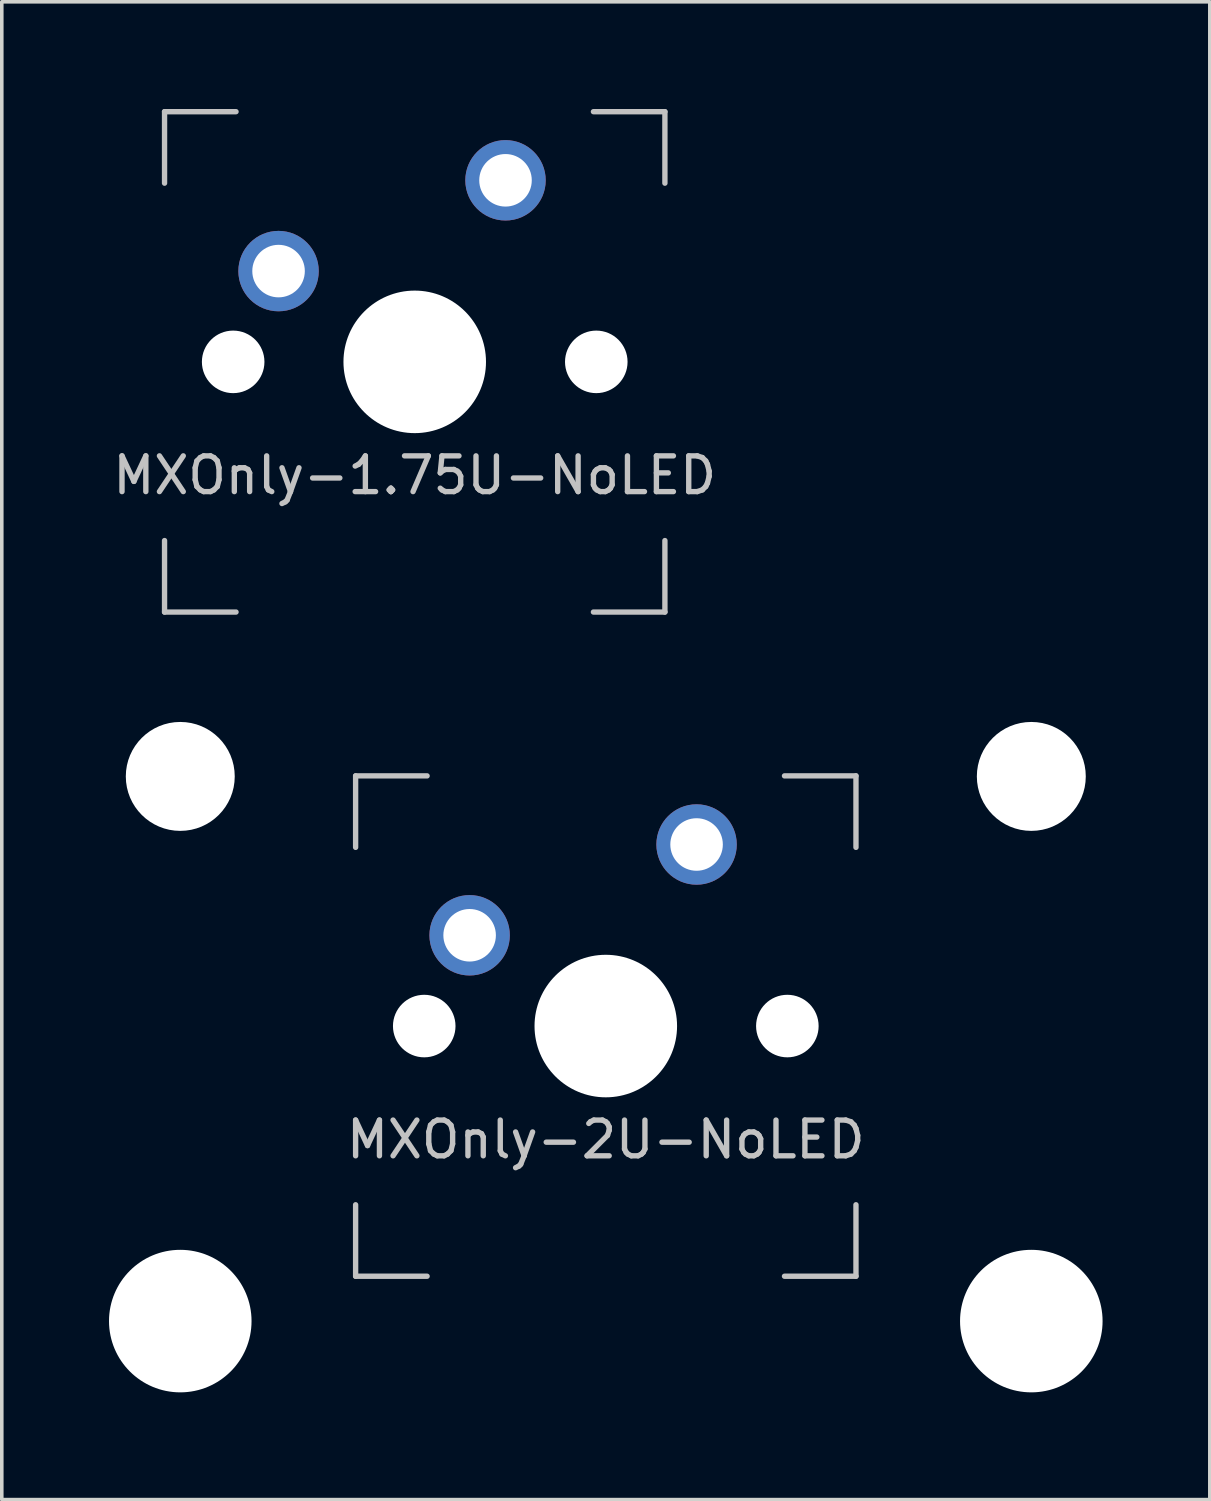
<source format=kicad_pcb>
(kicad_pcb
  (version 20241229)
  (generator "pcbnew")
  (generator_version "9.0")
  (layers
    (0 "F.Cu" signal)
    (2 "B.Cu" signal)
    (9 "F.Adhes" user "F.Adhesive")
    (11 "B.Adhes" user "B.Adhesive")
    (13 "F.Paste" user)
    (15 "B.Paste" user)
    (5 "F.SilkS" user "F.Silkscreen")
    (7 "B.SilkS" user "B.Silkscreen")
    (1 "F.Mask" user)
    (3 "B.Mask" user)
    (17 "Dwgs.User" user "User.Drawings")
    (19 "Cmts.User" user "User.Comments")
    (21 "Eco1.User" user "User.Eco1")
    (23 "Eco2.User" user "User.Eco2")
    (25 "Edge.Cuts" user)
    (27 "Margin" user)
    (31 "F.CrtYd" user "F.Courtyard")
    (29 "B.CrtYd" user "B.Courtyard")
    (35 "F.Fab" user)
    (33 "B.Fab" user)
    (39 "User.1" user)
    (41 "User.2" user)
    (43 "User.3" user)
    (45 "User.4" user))
  (footprint "MXOnly-1.75U-NoLED"
    (layer "F.Cu")
    (at 8.554 7.075)
    (property "Reference" "MXOnly-1.75U-NoLED" (at 0 3.175 0) (layer "Dwgs.User") (effects (font (size 1 1) (thickness 0.15))))
    (attr through_hole)
    (fp_line (start -7 -7) (end -7 -5) (stroke (width 0.15) (type solid)) (layer "Dwgs.User"))
    (fp_line (start -7 5) (end -7 7) (stroke (width 0.15) (type solid)) (layer "Dwgs.User"))
    (fp_line (start -7 7) (end -5 7) (stroke (width 0.15) (type solid)) (layer "Dwgs.User"))
    (fp_line (start -5 -7) (end -7 -7) (stroke (width 0.15) (type solid)) (layer "Dwgs.User"))
    (fp_line (start 5 -7) (end 7 -7) (stroke (width 0.15) (type solid)) (layer "Dwgs.User"))
    (fp_line (start 5 7) (end 7 7) (stroke (width 0.15) (type solid)) (layer "Dwgs.User"))
    (fp_line (start 7 -7) (end 7 -5) (stroke (width 0.15) (type solid)) (layer "Dwgs.User"))
    (fp_line (start 7 7) (end 7 5) (stroke (width 0.15) (type solid)) (layer "Dwgs.User"))
    (pad "" np_thru_hole circle (at -5.08 0 48.1) (size 1.75 1.75) (drill 1.75) (layers "*.Cu" "*.Mask"))
    (pad "" np_thru_hole circle (at 0 0) (size 3.988 3.988) (drill 3.988) (layers "*.Cu" "*.Mask"))
    (pad "" np_thru_hole circle (at 5.08 0 48.1) (size 1.75 1.75) (drill 1.75) (layers "*.Cu" "*.Mask"))
    (pad "1" thru_hole circle (at -3.81 -2.54) (size 2.25 2.25) (drill 1.47) (layers "*.Cu" "B.Mask"))
    (pad "2" thru_hole circle (at 2.54 -5.08) (size 2.25 2.25) (drill 1.47) (layers "*.Cu" "B.Mask")))
  (footprint "MXOnly-2U-NoLED"
    (layer "F.Cu")
    (at 13.9 25.659)
    (property "Reference" "MXOnly-2U-NoLED" (at 0 3.175 0) (layer "Dwgs.User") (effects (font (size 1 1) (thickness 0.15))))
    (attr through_hole)
    (fp_line (start -7 -7) (end -7 -5) (stroke (width 0.15) (type solid)) (layer "Dwgs.User"))
    (fp_line (start -7 5) (end -7 7) (stroke (width 0.15) (type solid)) (layer "Dwgs.User"))
    (fp_line (start -7 7) (end -5 7) (stroke (width 0.15) (type solid)) (layer "Dwgs.User"))
    (fp_line (start -5 -7) (end -7 -7) (stroke (width 0.15) (type solid)) (layer "Dwgs.User"))
    (fp_line (start 5 -7) (end 7 -7) (stroke (width 0.15) (type solid)) (layer "Dwgs.User"))
    (fp_line (start 5 7) (end 7 7) (stroke (width 0.15) (type solid)) (layer "Dwgs.User"))
    (fp_line (start 7 -7) (end 7 -5) (stroke (width 0.15) (type solid)) (layer "Dwgs.User"))
    (fp_line (start 7 7) (end 7 5) (stroke (width 0.15) (type solid)) (layer "Dwgs.User"))
    (pad "" np_thru_hole circle (at -11.906 -6.985) (size 3.048 3.048) (drill 3.048) (layers "*.Cu" "*.Mask"))
    (pad "" np_thru_hole circle (at -11.906 8.255) (size 3.988 3.988) (drill 3.988) (layers "*.Cu" "*.Mask"))
    (pad "" np_thru_hole circle (at -5.08 0 48.1) (size 1.75 1.75) (drill 1.75) (layers "*.Cu" "*.Mask"))
    (pad "" np_thru_hole circle (at 0 0) (size 3.988 3.988) (drill 3.988) (layers "*.Cu" "*.Mask"))
    (pad "" np_thru_hole circle (at 5.08 0 48.1) (size 1.75 1.75) (drill 1.75) (layers "*.Cu" "*.Mask"))
    (pad "" np_thru_hole circle (at 11.906 -6.985) (size 3.048 3.048) (drill 3.048) (layers "*.Cu" "*.Mask"))
    (pad "" np_thru_hole circle (at 11.906 8.255) (size 3.988 3.988) (drill 3.988) (layers "*.Cu" "*.Mask"))
    (pad "1" thru_hole circle (at -3.81 -2.54) (size 2.25 2.25) (drill 1.47) (layers "*.Cu" "B.Mask"))
    (pad "2" thru_hole circle (at 2.54 -5.08) (size 2.25 2.25) (drill 1.47) (layers "*.Cu" "B.Mask")))
  (gr_rect
    (start -3 -3)
    (end 30.8 38.908)
    (stroke (width 0.1) (type default))
    (fill no)
    (layer "Edge.Cuts")))
</source>
